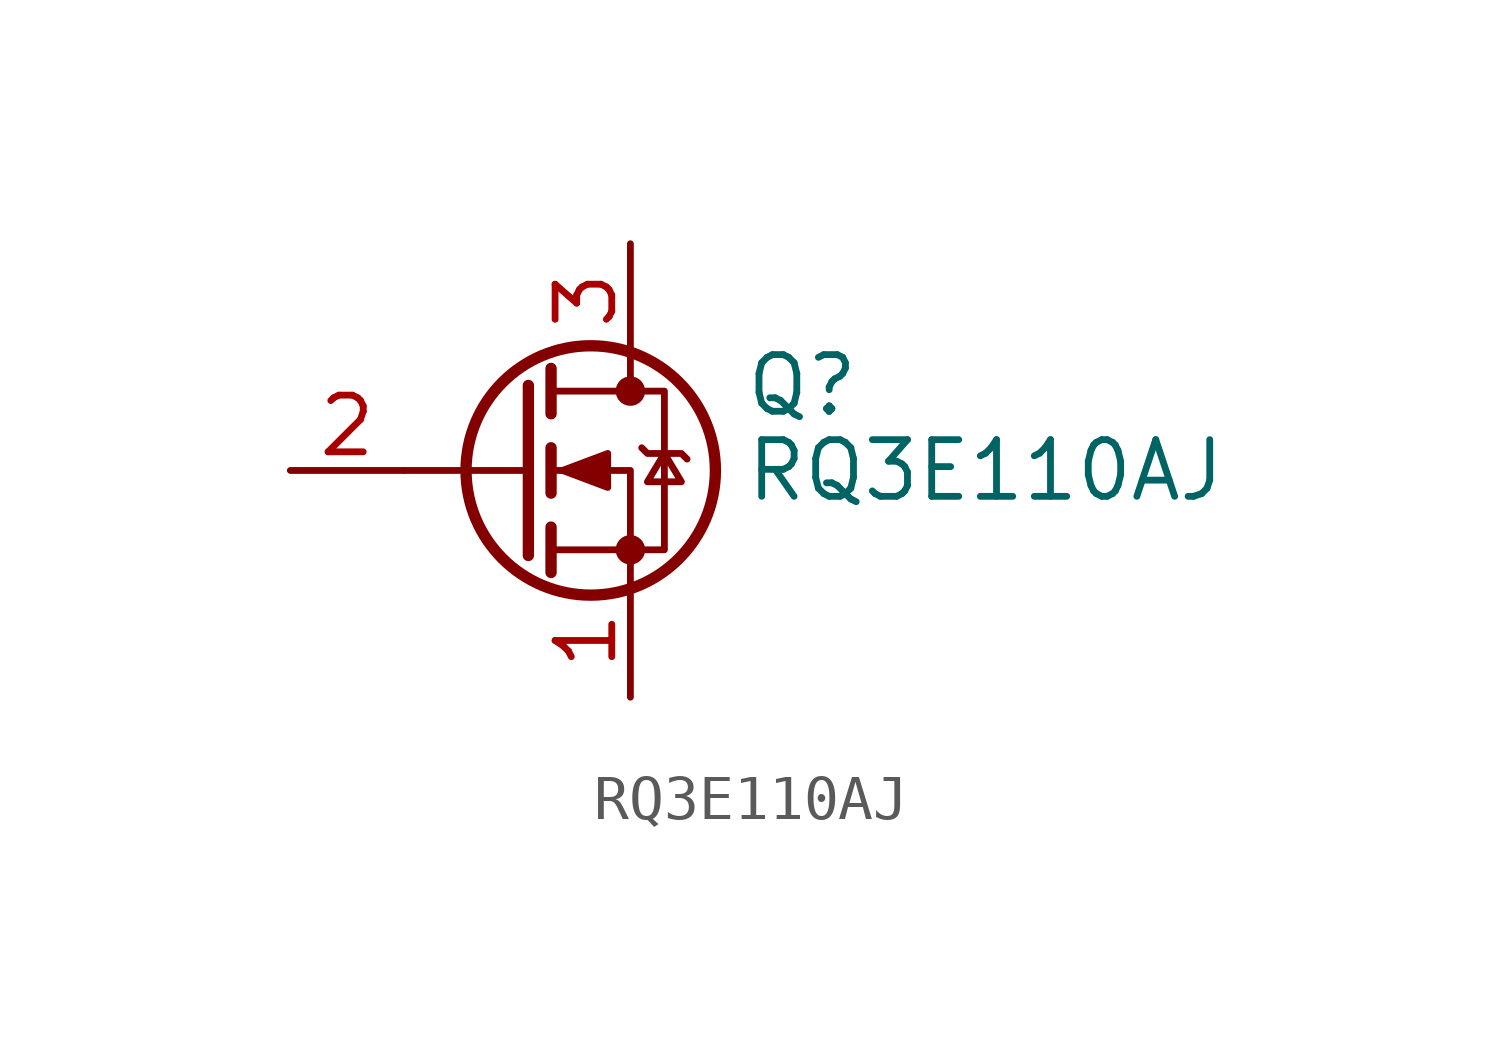
<source format=kicad_sym>
(kicad_symbol_lib
  (version 20211014)
  (generator kicad_symbol_editor)
  (symbol "RQ3E110AJ"
    (pin_names hide)
    (property "Reference" "Q"
      (at 5.08 1.905 0)
      (effects (font (size 1.27 1.27)) (justify left)))
    (property "Value" "RQ3E110AJ"
      (at 5.08 0 0)
      (effects (font (size 1.27 1.27)) (justify left)))
    (symbol "RQ3E110AJ_0_1"
      (polyline (pts (xy 0.254 0) (xy -2.54 0)) (stroke (width 0) (type default) (color 0 0 0 0)) (fill (type none)))
      (polyline (pts (xy 0.254 1.905) (xy 0.254 -1.905)) (stroke (width 0.254) (type default) (color 0 0 0 0)) (fill (type none)))
      (polyline (pts (xy 0.762 -1.27) (xy 0.762 -2.286)) (stroke (width 0.254) (type default) (color 0 0 0 0)) (fill (type none)))
      (polyline (pts (xy 0.762 0.508) (xy 0.762 -0.508)) (stroke (width 0.254) (type default) (color 0 0 0 0)) (fill (type none)))
      (polyline (pts (xy 0.762 2.286) (xy 0.762 1.27)) (stroke (width 0.254) (type default) (color 0 0 0 0)) (fill (type none)))
      (polyline (pts (xy 2.54 2.54) (xy 2.54 1.778)) (stroke (width 0) (type default) (color 0 0 0 0)) (fill (type none)))
      (polyline (pts (xy 2.54 -2.54) (xy 2.54 0) (xy 0.762 0)) (stroke (width 0) (type default) (color 0 0 0 0)) (fill (type none)))
      (polyline (pts (xy 0.762 -1.778) (xy 3.302 -1.778) (xy 3.302 1.778) (xy 0.762 1.778)) (stroke (width 0) (type default) (color 0 0 0 0)) (fill (type none)))
      (polyline (pts (xy 1.016 0) (xy 2.032 0.381) (xy 2.032 -0.381) (xy 1.016 0)) (stroke (width 0) (type default) (color 0 0 0 0)) (fill (type outline)))
      (polyline (pts (xy 2.794 0.508) (xy 2.921 0.381) (xy 3.683 0.381) (xy 3.81 0.254)) (stroke (width 0) (type default) (color 0 0 0 0)) (fill (type none)))
      (polyline (pts (xy 3.302 0.381) (xy 2.921 -0.254) (xy 3.683 -0.254) (xy 3.302 0.381)) (stroke (width 0) (type default) (color 0 0 0 0)) (fill (type none)))
      (circle (center 1.651 0) (radius 2.794) (stroke (width 0.254) (type default) (color 0 0 0 0)) (fill (type none)))
      (circle (center 2.54 -1.778) (radius 0.254) (stroke (width 0) (type default) (color 0 0 0 0)) (fill (type outline)))
      (circle (center 2.54 1.778) (radius 0.254) (stroke (width 0) (type default) (color 0 0 0 0)) (fill (type outline))))
    (symbol "RQ3E110AJ_1_1"
      (pin passive line (at 2.54 -5.08 90) (length 2.54) (name "S" (effects (font (size 1.27 1.27)))) (number "1" (effects (font (size 1.27 1.27)))))
      (pin input line (at -5.08 0 0) (length 2.54) (name "G" (effects (font (size 1.27 1.27)))) (number "2" (effects (font (size 1.27 1.27)))))
      (pin passive line (at 2.54 5.08 270) (length 2.54) (name "D" (effects (font (size 1.27 1.27)))) (number "3" (effects (font (size 1.27 1.27))))))))
</source>
